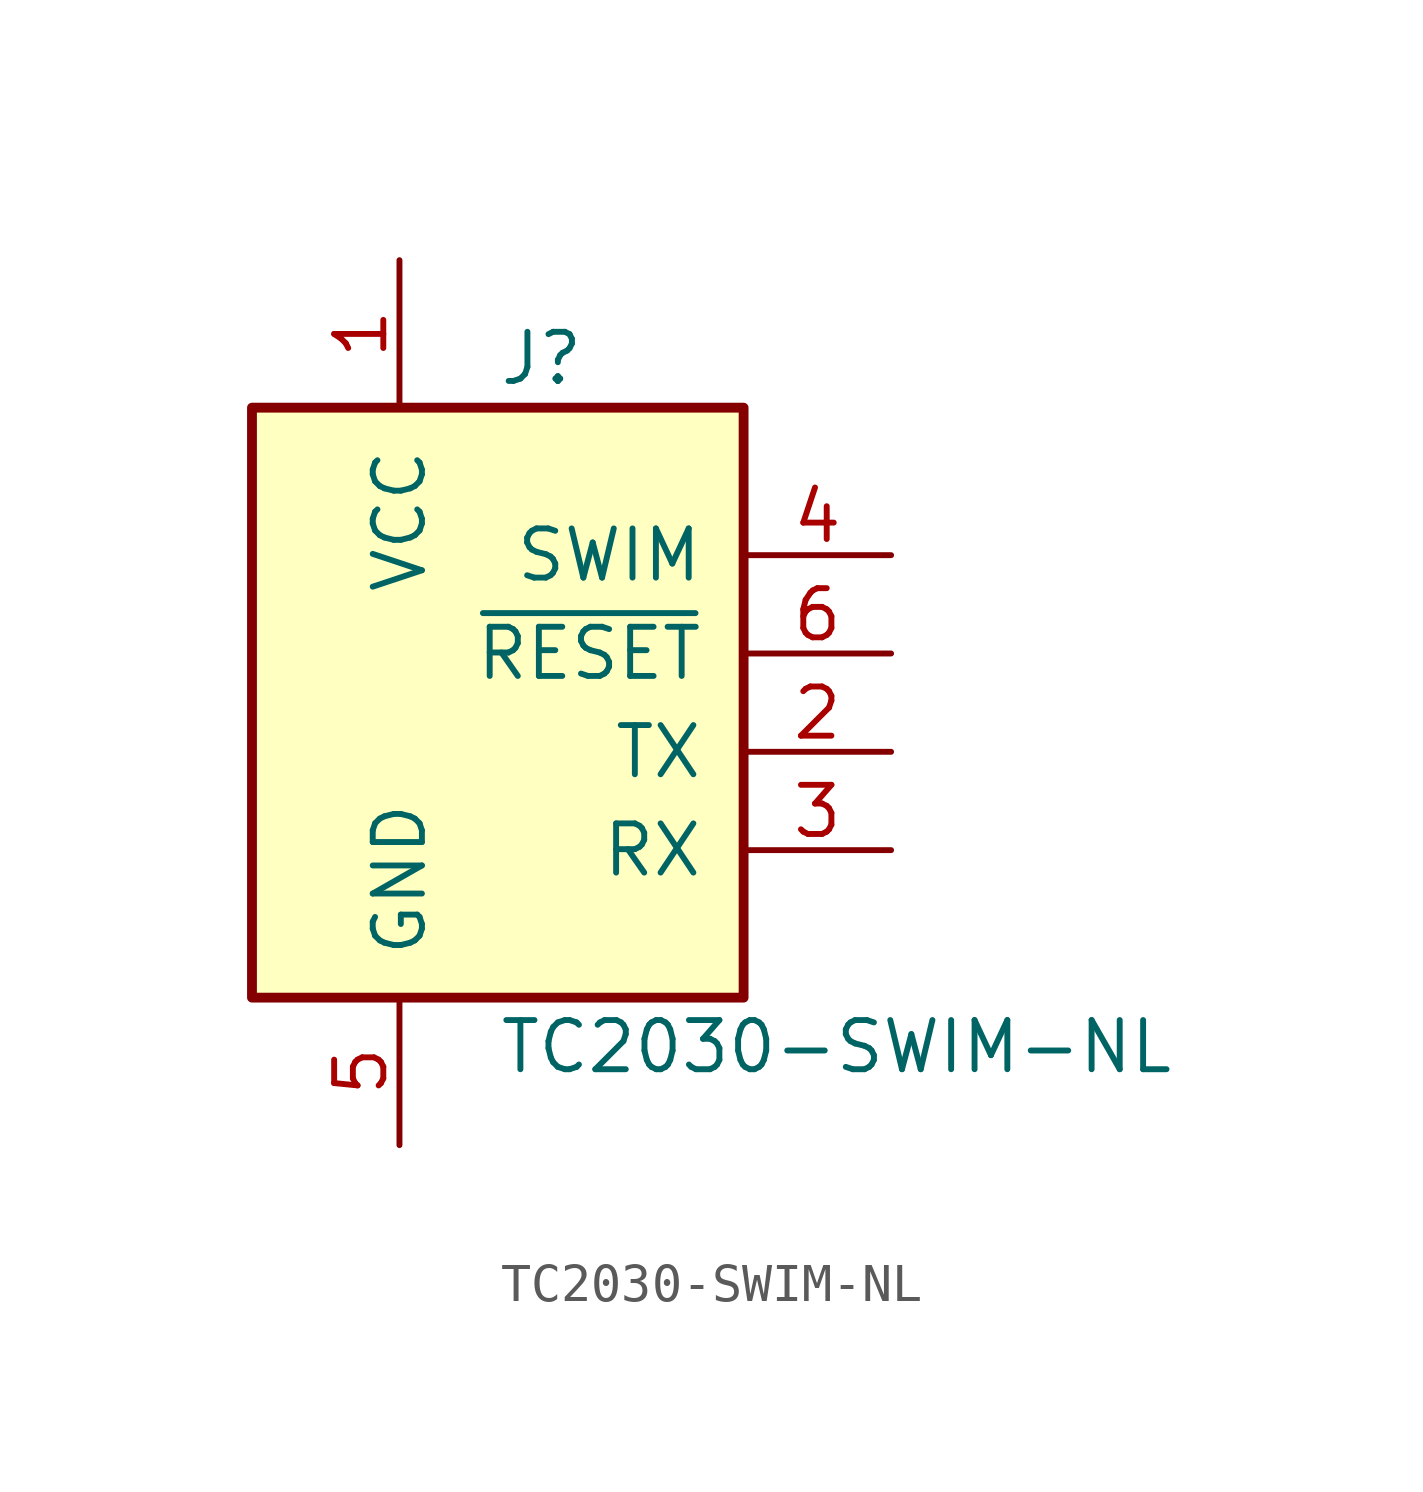
<source format=kicad_sym>
(kicad_symbol_lib
  (version 20241209)
  (generator "kicad_symbol_editor")
  (generator_version "9.0")
  (symbol "TC2030-SWIM-NL"
    (pin_names
      (offset 1.016))
    (property "Reference" "J"
      (at 0 10.16 0)
      (effects (font (size 1.27 1.27)) (justify left)))
    (property "Value" "TC2030-SWIM-NL"
      (at 0 -7.62 0)
      (effects (font (size 1.27 1.27)) (justify left)))
    (symbol "TC2030-SWIM-NL_0_1"
      (rectangle (start 6.35 8.89) (end -6.35 -6.35) (stroke (width 0.254) (type default)) (fill (type background))))
    (symbol "TC2030-SWIM-NL_1_1"
      (pin power_in line (at -2.54 12.7 270) (length 3.81) (name "VCC" (effects (font (size 1.27 1.27)))) (number "1" (effects (font (size 1.27 1.27)))))
      (pin power_in line (at -2.54 -10.16 90) (length 3.81) (name "GND" (effects (font (size 1.27 1.27)))) (number "5" (effects (font (size 1.27 1.27)))))
      (pin bidirectional line (at 10.16 5.08 180) (length 3.81) (name "SWIM" (effects (font (size 1.27 1.27)))) (number "4" (effects (font (size 1.27 1.27)))))
      (pin output line (at 10.16 2.54 180) (length 3.81) (name "~{RESET}" (effects (font (size 1.27 1.27)))) (number "6" (effects (font (size 1.27 1.27)))))
      (pin bidirectional line (at 10.16 0 180) (length 3.81) (name "TX" (effects (font (size 1.27 1.27)))) (number "2" (effects (font (size 1.27 1.27)))))
      (pin output line (at 10.16 -2.54 180) (length 3.81) (name "RX" (effects (font (size 1.27 1.27)))) (number "3" (effects (font (size 1.27 1.27))))))))
</source>
